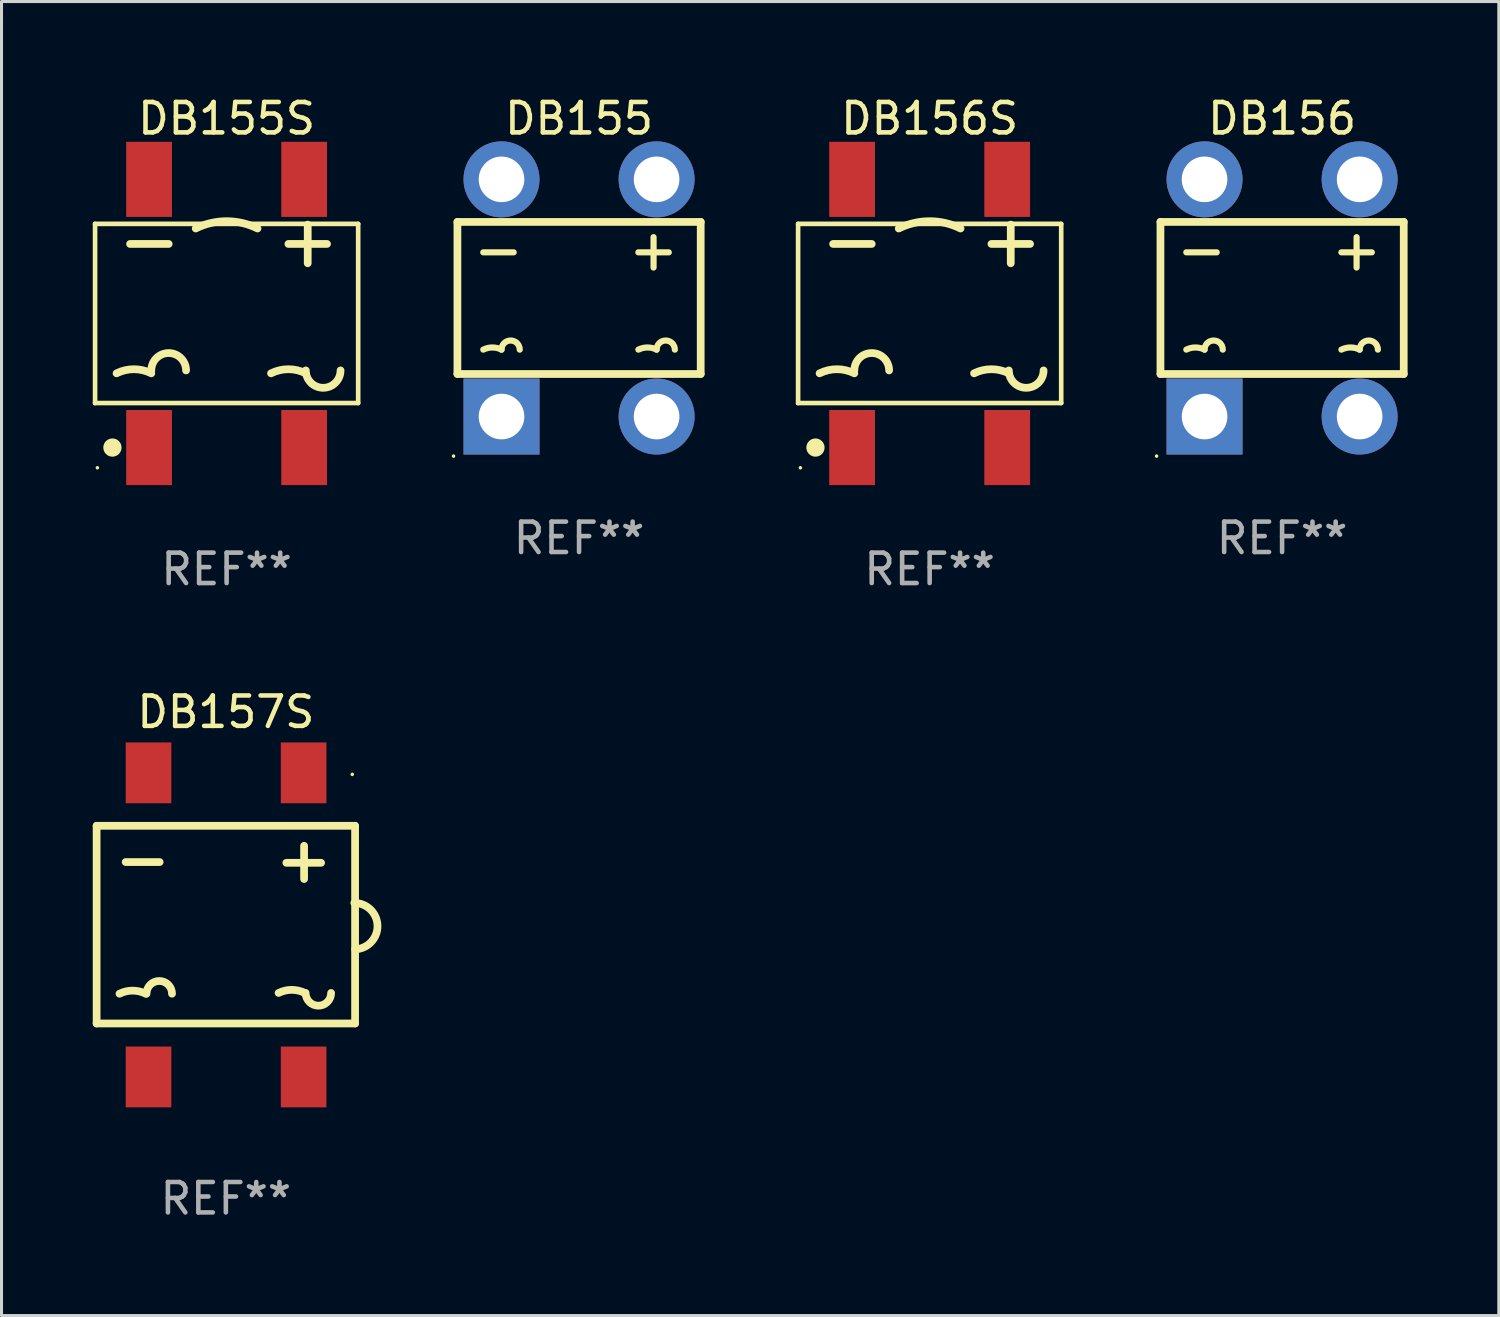
<source format=kicad_pcb>
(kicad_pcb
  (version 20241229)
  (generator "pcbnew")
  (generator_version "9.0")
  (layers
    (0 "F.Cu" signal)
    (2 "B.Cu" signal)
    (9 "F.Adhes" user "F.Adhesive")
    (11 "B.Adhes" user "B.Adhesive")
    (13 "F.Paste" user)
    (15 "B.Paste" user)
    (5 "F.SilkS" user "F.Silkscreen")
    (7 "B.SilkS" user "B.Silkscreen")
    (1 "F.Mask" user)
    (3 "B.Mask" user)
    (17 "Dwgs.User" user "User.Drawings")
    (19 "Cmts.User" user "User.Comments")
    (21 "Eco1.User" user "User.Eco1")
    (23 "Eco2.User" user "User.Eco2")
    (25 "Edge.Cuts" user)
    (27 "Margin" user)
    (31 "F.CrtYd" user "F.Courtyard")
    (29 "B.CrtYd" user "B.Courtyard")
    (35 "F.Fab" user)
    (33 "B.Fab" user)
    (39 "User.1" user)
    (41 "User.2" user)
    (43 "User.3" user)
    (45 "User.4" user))
  (footprint "DB156S"
    (layer "F.Cu")
    (at 27.521 7.258)
    (property "Reference" "DB156S" (at 0 -6.41 0) (layer "F.SilkS") (effects (font (size 1 1) (thickness 0.15))))
    (attr through_hole)
    (fp_line (start -4.326 -2.946) (end 4.326 -2.946) (stroke (width 0.152) (type solid)) (layer "F.SilkS"))
    (fp_line (start -4.326 2.946) (end -4.326 -2.946) (stroke (width 0.152) (type solid)) (layer "F.SilkS"))
    (fp_line (start -3.175 -2.286) (end -1.905 -2.286) (stroke (width 0.254) (type solid)) (layer "F.SilkS"))
    (fp_line (start 2.032 -2.286) (end 3.302 -2.286) (stroke (width 0.254) (type solid)) (layer "F.SilkS"))
    (fp_line (start 2.667 -1.651) (end 2.667 -2.921) (stroke (width 0.254) (type solid)) (layer "F.SilkS"))
    (fp_line (start 4.326 -2.946) (end 4.326 2.946) (stroke (width 0.152) (type solid)) (layer "F.SilkS"))
    (fp_line (start 4.326 2.946) (end -4.326 2.946) (stroke (width 0.152) (type solid)) (layer "F.SilkS"))
    (fp_arc (start -3.619507 1.968504) (mid -3.048006 1.833591) (end -2.476505 1.968504) (stroke (width 0.254001) (type solid)) (layer "F.SilkS"))
    (fp_arc (start -2.476505 1.873254) (mid -1.905004 1.301753) (end -1.333503 1.873254) (stroke (width 0.254001) (type solid)) (layer "F.SilkS"))
    (fp_arc (start -1.016002 -2.794006) (mid 0 -3.033852) (end 1.016002 -2.794006) (stroke (width 0.254001) (type solid)) (layer "F.SilkS"))
    (fp_arc (start 1.460503 1.968504) (mid 2.032004 1.833591) (end 2.603505 1.968504) (stroke (width 0.254001) (type solid)) (layer "F.SilkS"))
    (fp_arc (start 3.746507 1.873254) (mid 3.175006 2.444755) (end 2.603505 1.873254) (stroke (width 0.254001) (type solid)) (layer "F.SilkS"))
    (fp_circle (center -4.25 5.075) (end -4.22 5.075) (stroke (width 0.06) (type solid)) (fill no) (layer "F.SilkS"))
    (fp_circle (center -3.755 4.41) (end -3.605 4.41) (stroke (width 0.3) (type solid)) (fill no) (layer "F.SilkS"))
    (fp_text user "REF**" (at 0 8.41 0) (layer "F.Fab") (effects (font (size 1 1) (thickness 0.15))))
    (pad "1" smd rect (at -2.55 4.41 180) (size 1.505 2.47) (layers "F.Cu" "F.Mask" "F.Paste"))
    (pad "2" smd rect (at 2.55 4.41 180) (size 1.505 2.47) (layers "F.Cu" "F.Mask" "F.Paste"))
    (pad "3" smd rect (at 2.55 -4.41 180) (size 1.505 2.47) (layers "F.Cu" "F.Mask" "F.Paste"))
    (pad "4" smd rect (at -2.55 -4.41 180) (size 1.505 2.47) (layers "F.Cu" "F.Mask" "F.Paste")))
  (footprint "DB156"
    (layer "F.Cu")
    (at 39.111 6.748)
    (property "Reference" "DB156" (at 0 -5.9 0) (layer "F.SilkS") (effects (font (size 1 1) (thickness 0.15))))
    (attr through_hole)
    (fp_line (start -4 -2.5) (end -4 2.5) (stroke (width 0.254) (type solid)) (layer "F.SilkS"))
    (fp_line (start -4 2.5) (end 4 2.5) (stroke (width 0.254) (type solid)) (layer "F.SilkS"))
    (fp_line (start -3.15 -1.5) (end -2.15 -1.5) (stroke (width 0.203) (type solid)) (layer "F.SilkS"))
    (fp_line (start 1.95 -1.5) (end 2.95 -1.5) (stroke (width 0.203) (type solid)) (layer "F.SilkS"))
    (fp_line (start 2.45 -1) (end 2.45 -2) (stroke (width 0.203) (type solid)) (layer "F.SilkS"))
    (fp_line (start 4 -2.5) (end -4 -2.5) (stroke (width 0.254) (type solid)) (layer "F.SilkS"))
    (fp_line (start 4 2.5) (end 4 -2.5) (stroke (width 0.254) (type solid)) (layer "F.SilkS"))
    (fp_arc (start -3.149606 1.699263) (mid -2.849885 1.628538) (end -2.550165 1.699264) (stroke (width 0.2032) (type solid)) (layer "F.SilkS"))
    (fp_arc (start -2.550166 1.699264) (mid -2.250445 1.399822) (end -1.950724 1.699263) (stroke (width 0.2032) (type solid)) (layer "F.SilkS"))
    (fp_arc (start 1.950724 1.699263) (mid 2.250445 1.628538) (end 2.550166 1.699263) (stroke (width 0.2032) (type solid)) (layer "F.SilkS"))
    (fp_arc (start 2.550166 1.699264) (mid 2.849886 1.399823) (end 3.149606 1.699263) (stroke (width 0.2032) (type solid)) (layer "F.SilkS"))
    (fp_circle (center -4.127 5.2) (end -4.097 5.2) (stroke (width 0.06) (type solid)) (fill no) (layer "F.SilkS"))
    (fp_text user "REF**" (at 0 7.9 0) (layer "F.Fab") (effects (font (size 1 1) (thickness 0.15))))
    (pad "1" thru_hole rect (at -2.55 3.9 180) (size 2.5 2.5) (drill 1.5) (layers "*.Cu" "*.Mask"))
    (pad "2" thru_hole circle (at 2.55 3.9) (size 2.5 2.5) (drill 1.5) (layers "*.Cu" "*.Mask"))
    (pad "3" thru_hole circle (at 2.55 -3.9) (size 2.5 2.5) (drill 1.5) (layers "*.Cu" "*.Mask"))
    (pad "4" thru_hole circle (at -2.55 -3.9) (size 2.5 2.5) (drill 1.5) (layers "*.Cu" "*.Mask")))
  (footprint "DB155S"
    (layer "F.Cu")
    (at 4.402 7.258)
    (property "Reference" "DB155S" (at 0 -6.41 0) (layer "F.SilkS") (effects (font (size 1 1) (thickness 0.15))))
    (attr through_hole)
    (fp_line (start -4.326 -2.946) (end 4.326 -2.946) (stroke (width 0.152) (type solid)) (layer "F.SilkS"))
    (fp_line (start -4.326 2.946) (end -4.326 -2.946) (stroke (width 0.152) (type solid)) (layer "F.SilkS"))
    (fp_line (start -3.175 -2.286) (end -1.905 -2.286) (stroke (width 0.254) (type solid)) (layer "F.SilkS"))
    (fp_line (start 2.032 -2.286) (end 3.302 -2.286) (stroke (width 0.254) (type solid)) (layer "F.SilkS"))
    (fp_line (start 2.667 -1.651) (end 2.667 -2.921) (stroke (width 0.254) (type solid)) (layer "F.SilkS"))
    (fp_line (start 4.326 -2.946) (end 4.326 2.946) (stroke (width 0.152) (type solid)) (layer "F.SilkS"))
    (fp_line (start 4.326 2.946) (end -4.326 2.946) (stroke (width 0.152) (type solid)) (layer "F.SilkS"))
    (fp_arc (start -3.619507 1.968504) (mid -3.048006 1.833591) (end -2.476505 1.968504) (stroke (width 0.254001) (type solid)) (layer "F.SilkS"))
    (fp_arc (start -2.476505 1.873254) (mid -1.905004 1.301753) (end -1.333503 1.873254) (stroke (width 0.254001) (type solid)) (layer "F.SilkS"))
    (fp_arc (start -1.016002 -2.794006) (mid 0 -3.033852) (end 1.016002 -2.794006) (stroke (width 0.254001) (type solid)) (layer "F.SilkS"))
    (fp_arc (start 1.460503 1.968504) (mid 2.032004 1.833591) (end 2.603505 1.968504) (stroke (width 0.254001) (type solid)) (layer "F.SilkS"))
    (fp_arc (start 3.746507 1.873254) (mid 3.175006 2.444755) (end 2.603505 1.873254) (stroke (width 0.254001) (type solid)) (layer "F.SilkS"))
    (fp_circle (center -4.25 5.075) (end -4.22 5.075) (stroke (width 0.06) (type solid)) (fill no) (layer "F.SilkS"))
    (fp_circle (center -3.755 4.41) (end -3.605 4.41) (stroke (width 0.3) (type solid)) (fill no) (layer "F.SilkS"))
    (fp_text user "REF**" (at 0 8.41 0) (layer "F.Fab") (effects (font (size 1 1) (thickness 0.15))))
    (pad "1" smd rect (at -2.55 4.41 180) (size 1.505 2.47) (layers "F.Cu" "F.Mask" "F.Paste"))
    (pad "2" smd rect (at 2.55 4.41 180) (size 1.505 2.47) (layers "F.Cu" "F.Mask" "F.Paste"))
    (pad "3" smd rect (at 2.55 -4.41 180) (size 1.505 2.47) (layers "F.Cu" "F.Mask" "F.Paste"))
    (pad "4" smd rect (at -2.55 -4.41 180) (size 1.505 2.47) (layers "F.Cu" "F.Mask" "F.Paste")))
  (footprint "DB155"
    (layer "F.Cu")
    (at 15.992 6.748)
    (property "Reference" "DB155" (at 0 -5.9 0) (layer "F.SilkS") (effects (font (size 1 1) (thickness 0.15))))
    (attr through_hole)
    (fp_line (start -4 -2.5) (end -4 2.5) (stroke (width 0.254) (type solid)) (layer "F.SilkS"))
    (fp_line (start -4 2.5) (end 4 2.5) (stroke (width 0.254) (type solid)) (layer "F.SilkS"))
    (fp_line (start -3.15 -1.5) (end -2.15 -1.5) (stroke (width 0.203) (type solid)) (layer "F.SilkS"))
    (fp_line (start 1.95 -1.5) (end 2.95 -1.5) (stroke (width 0.203) (type solid)) (layer "F.SilkS"))
    (fp_line (start 2.45 -1) (end 2.45 -2) (stroke (width 0.203) (type solid)) (layer "F.SilkS"))
    (fp_line (start 4 -2.5) (end -4 -2.5) (stroke (width 0.254) (type solid)) (layer "F.SilkS"))
    (fp_line (start 4 2.5) (end 4 -2.5) (stroke (width 0.254) (type solid)) (layer "F.SilkS"))
    (fp_arc (start -3.149606 1.699263) (mid -2.849885 1.628538) (end -2.550165 1.699264) (stroke (width 0.2032) (type solid)) (layer "F.SilkS"))
    (fp_arc (start -2.550166 1.699264) (mid -2.250445 1.399822) (end -1.950724 1.699263) (stroke (width 0.2032) (type solid)) (layer "F.SilkS"))
    (fp_arc (start 1.950724 1.699263) (mid 2.250445 1.628538) (end 2.550166 1.699263) (stroke (width 0.2032) (type solid)) (layer "F.SilkS"))
    (fp_arc (start 2.550166 1.699264) (mid 2.849886 1.399823) (end 3.149606 1.699263) (stroke (width 0.2032) (type solid)) (layer "F.SilkS"))
    (fp_circle (center -4.127 5.2) (end -4.097 5.2) (stroke (width 0.06) (type solid)) (fill no) (layer "F.SilkS"))
    (fp_text user "REF**" (at 0 7.9 0) (layer "F.Fab") (effects (font (size 1 1) (thickness 0.15))))
    (pad "1" thru_hole rect (at -2.55 3.9 180) (size 2.5 2.5) (drill 1.5) (layers "*.Cu" "*.Mask"))
    (pad "2" thru_hole circle (at 2.55 3.9) (size 2.5 2.5) (drill 1.5) (layers "*.Cu" "*.Mask"))
    (pad "3" thru_hole circle (at 2.55 -3.9) (size 2.5 2.5) (drill 1.5) (layers "*.Cu" "*.Mask"))
    (pad "4" thru_hole circle (at -2.55 -3.9) (size 2.5 2.5) (drill 1.5) (layers "*.Cu" "*.Mask")))
  (footprint "DB157S"
    (layer "F.Cu")
    (at 4.377 27.365)
    (property "Reference" "DB157S" (at 0 -7 0) (layer "F.SilkS") (effects (font (size 1 1) (thickness 0.15))))
    (attr through_hole)
    (fp_line (start -4.25 -3.258) (end 4.249 -3.258) (stroke (width 0.254) (type solid)) (layer "F.SilkS"))
    (fp_line (start -4.25 3.241) (end -4.25 -3.259) (stroke (width 0.254) (type solid)) (layer "F.SilkS"))
    (fp_line (start -2.177 -2.067) (end -3.295 -2.067) (stroke (width 0.254) (type solid)) (layer "F.SilkS"))
    (fp_line (start 2.573 -1.509) (end 2.573 -2.601) (stroke (width 0.254) (type solid)) (layer "F.SilkS"))
    (fp_line (start 3.132 -2.042) (end 1.989 -2.042) (stroke (width 0.254) (type solid)) (layer "F.SilkS"))
    (fp_line (start 4.249 3.241) (end -4.25 3.241) (stroke (width 0.254) (type solid)) (layer "F.SilkS"))
    (fp_line (start 4.25 -3.259) (end 4.25 3.242) (stroke (width 0.254) (type solid)) (layer "F.SilkS"))
    (fp_arc (start -3.497828 2.263221) (mid -3.066027 2.161287) (end -2.634227 2.263221) (stroke (width 0.254001) (type solid)) (layer "F.SilkS"))
    (fp_arc (start -2.608827 2.263221) (mid -2.189726 1.84412) (end -1.770625 2.263221) (stroke (width 0.254001) (type solid)) (layer "F.SilkS"))
    (fp_arc (start 1.734582 2.237821) (mid 2.166383 2.135887) (end 2.598183 2.237821) (stroke (width 0.254001) (type solid)) (layer "F.SilkS"))
    (fp_arc (start 3.461786 2.237821) (mid 3.042685 2.656922) (end 2.623584 2.237821) (stroke (width 0.254001) (type solid)) (layer "F.SilkS"))
    (fp_arc (start 4.223788 -0.721284) (mid 4.985682 0.028231) (end 4.249187 0.802718) (stroke (width 0.254001) (type solid)) (layer "F.SilkS"))
    (fp_circle (center 4.157 -4.95) (end 4.187 -4.95) (stroke (width 0.06) (type solid)) (fill no) (layer "F.SilkS"))
    (fp_text user "REF**" (at 0 9 0) (layer "F.Fab") (effects (font (size 1 1) (thickness 0.15))))
    (pad "1" smd rect (at 2.557 -5 270) (size 2 1.5) (layers "F.Cu" "F.Mask" "F.Paste"))
    (pad "2" smd rect (at -2.543 -5 270) (size 2 1.5) (layers "F.Cu" "F.Mask" "F.Paste"))
    (pad "3" smd rect (at -2.543 5 270) (size 2 1.5) (layers "F.Cu" "F.Mask" "F.Paste"))
    (pad "4" smd rect (at 2.557 5 270) (size 2 1.5) (layers "F.Cu" "F.Mask" "F.Paste")))
  (gr_rect
    (start -3 -3)
    (end 46.238 40.213)
    (stroke (width 0.1) (type default))
    (fill no)
    (layer "Edge.Cuts")))
</source>
